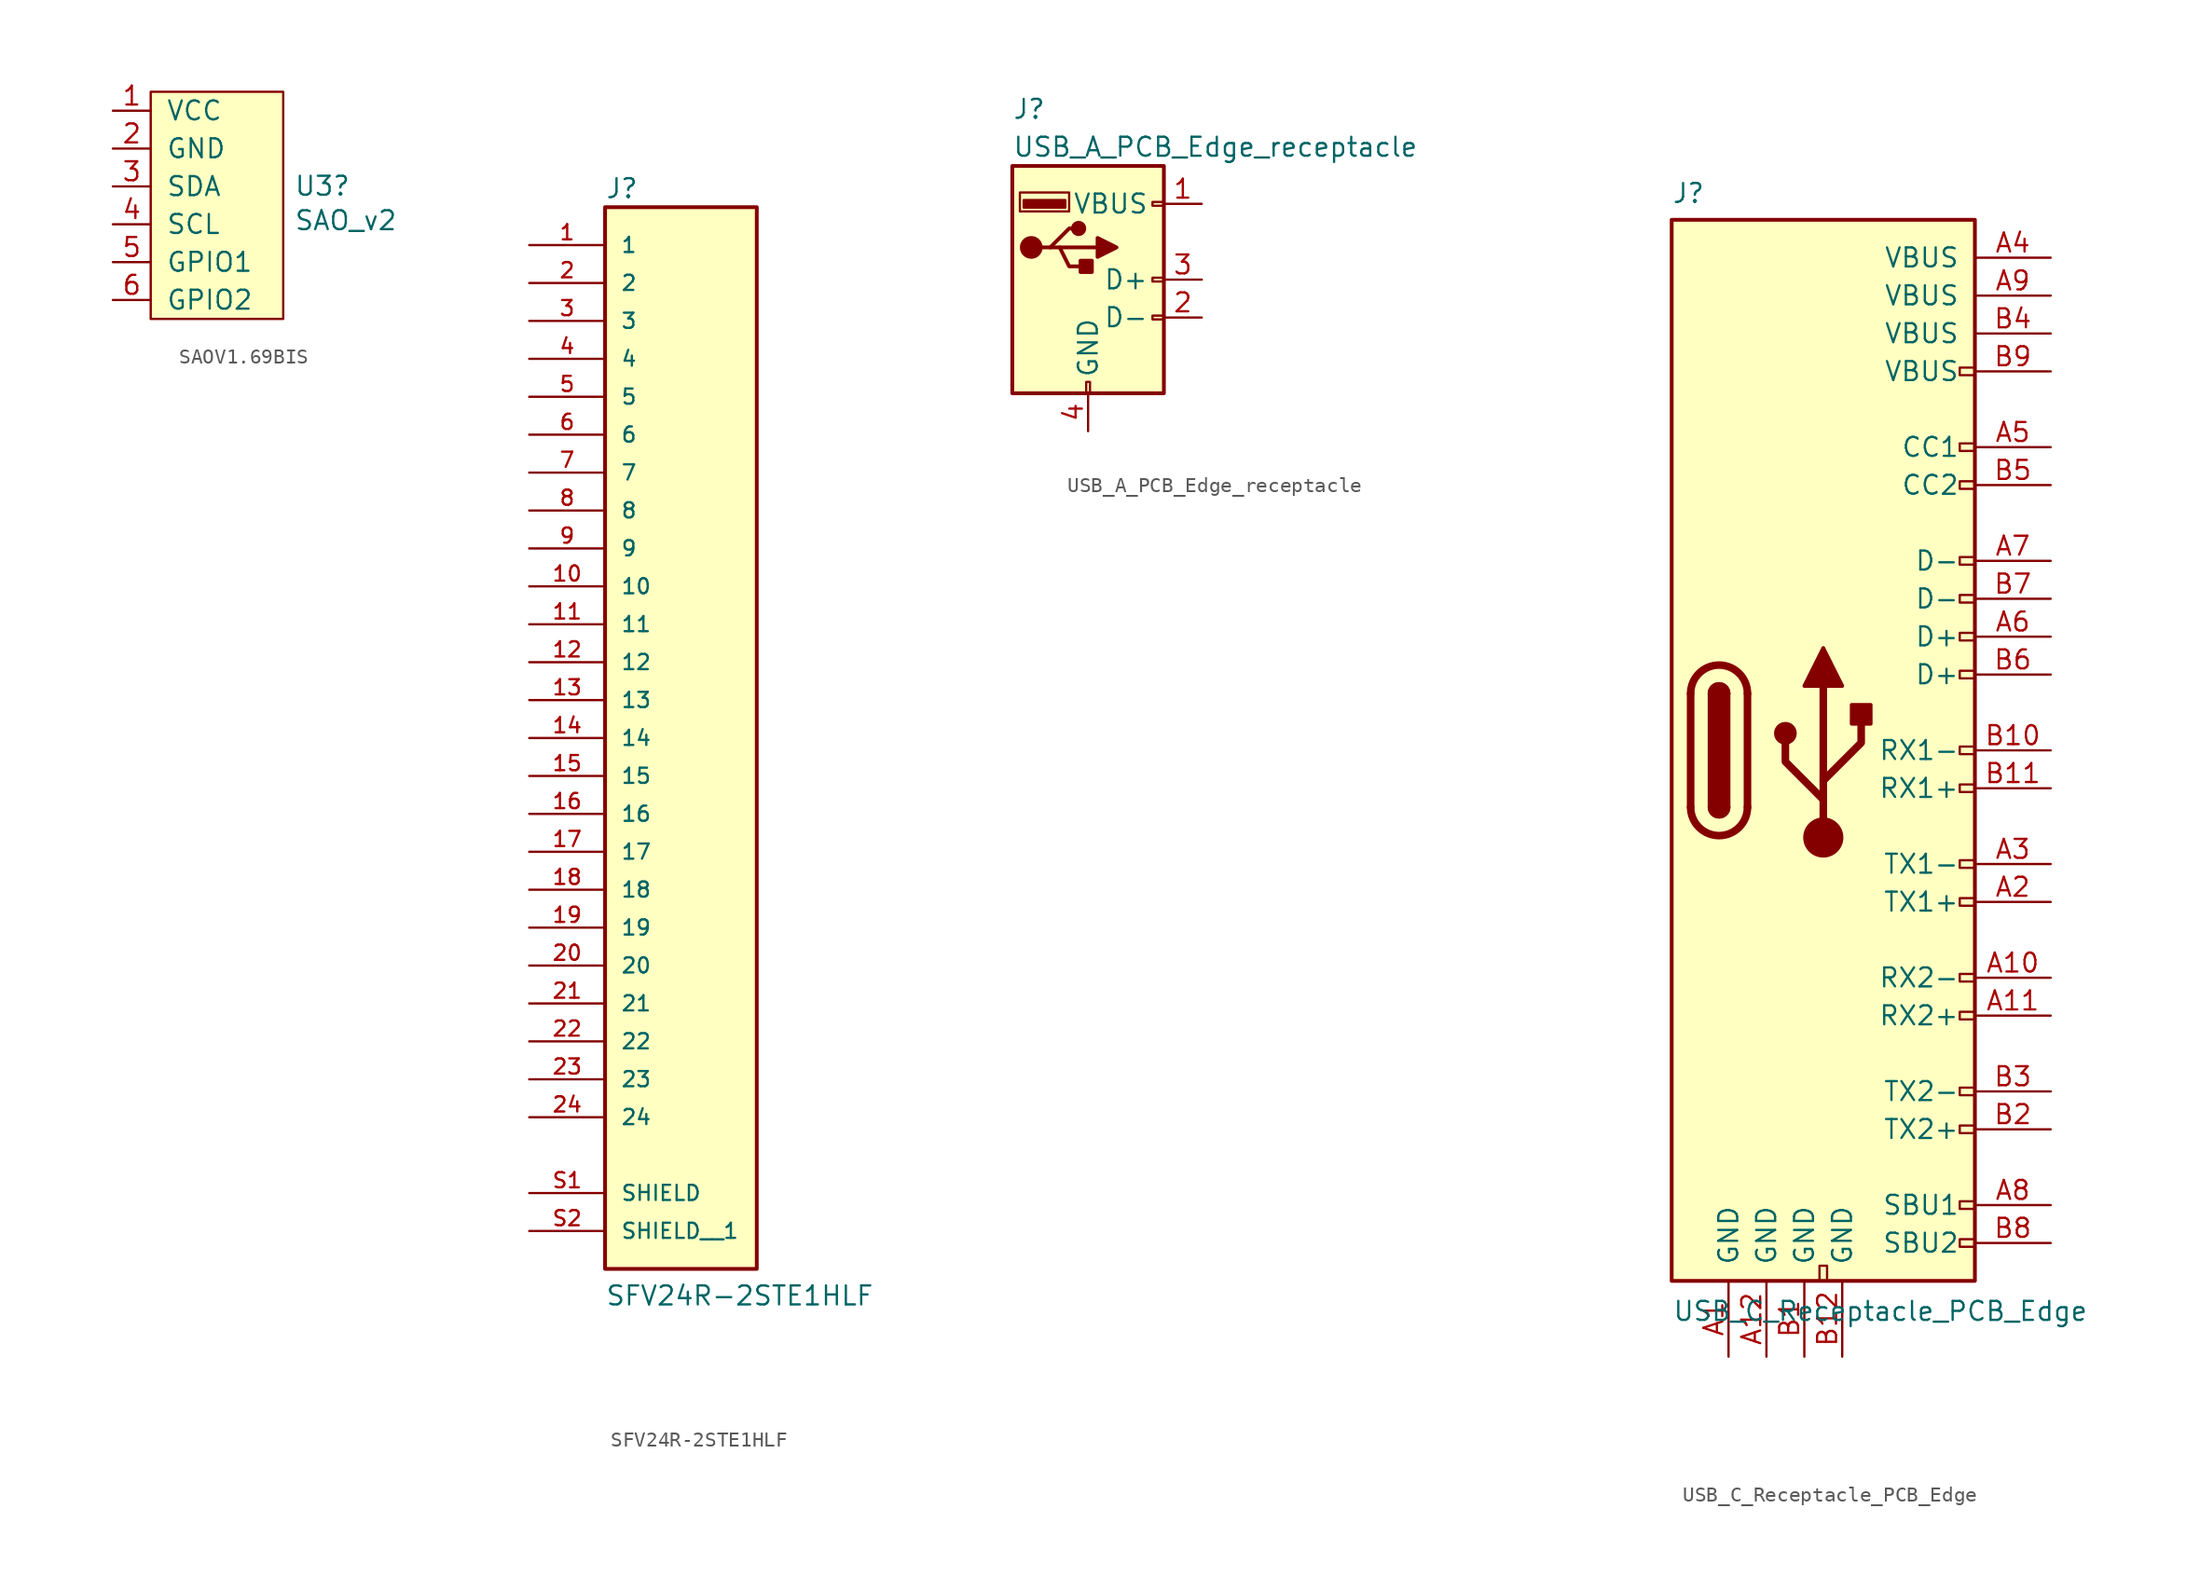
<source format=kicad_sym>
(kicad_symbol_lib
  (version 20241209)
  (generator "kicad_symbol_editor")
  (generator_version "9.0")
  (symbol "SAOV1.69BIS"
    (pin_names
      (offset 1.016))
    (property "Reference" "U3"
      (at 13.411 1.295 0)
      (effects (font (size 1.27 1.27)) (justify left)))
    (property "Value" "SAO_v2"
      (at 13.411 -1.016 0)
      (effects (font (size 1.27 1.27)) (justify left)))
    (property "Description" ""
      (at 0 0 0)
      (effects (font (size 1.27 1.27))))
    (symbol "SAOV1.69BIS_0_1"
      (rectangle (start 3.81 7.62) (end 12.7 -7.62) (stroke (width 0) (type default)) (fill (type background))))
    (symbol "SAOV1.69BIS_1_1"
      (pin input line (at 1.27 6.35 0) (length 2.54) (name "VCC" (effects (font (size 1.27 1.27)))) (number "1" (effects (font (size 1.27 1.27)))))
      (pin input line (at 1.27 3.81 0) (length 2.54) (name "GND" (effects (font (size 1.27 1.27)))) (number "2" (effects (font (size 1.27 1.27)))))
      (pin input line (at 1.27 1.27 0) (length 2.54) (name "SDA" (effects (font (size 1.27 1.27)))) (number "3" (effects (font (size 1.27 1.27)))))
      (pin input line (at 1.27 -1.27 0) (length 2.54) (name "SCL" (effects (font (size 1.27 1.27)))) (number "4" (effects (font (size 1.27 1.27)))))
      (pin input line (at 1.27 -3.81 0) (length 2.54) (name "GPIO1" (effects (font (size 1.27 1.27)))) (number "5" (effects (font (size 1.27 1.27)))))
      (pin input line (at 1.27 -6.35 0) (length 2.54) (name "GPIO2" (effects (font (size 1.27 1.27)))) (number "6" (effects (font (size 1.27 1.27)))))))
  (symbol "SFV24R-2STE1HLF"
    (pin_names
      (offset 1.016))
    (property "Reference" "J"
      (at -5.08 36.068 0)
      (effects (font (size 1.27 1.27)) (justify left bottom)))
    (property "Value" "SFV24R-2STE1HLF"
      (at -5.08 -38.1 0)
      (effects (font (size 1.27 1.27)) (justify left bottom)))
    (symbol "SFV24R-2STE1HLF_0_0"
      (rectangle (start -5.08 -35.56) (end 5.08 35.56) (stroke (width 0.254) (type default)) (fill (type background)))
      (pin passive line (at -10.16 33.02 0) (length 5.08) (name "1" (effects (font (size 1.016 1.016)))) (number "1" (effects (font (size 1.016 1.016)))))
      (pin passive line (at -10.16 30.48 0) (length 5.08) (name "2" (effects (font (size 1.016 1.016)))) (number "2" (effects (font (size 1.016 1.016)))))
      (pin passive line (at -10.16 27.94 0) (length 5.08) (name "3" (effects (font (size 1.016 1.016)))) (number "3" (effects (font (size 1.016 1.016)))))
      (pin passive line (at -10.16 25.4 0) (length 5.08) (name "4" (effects (font (size 1.016 1.016)))) (number "4" (effects (font (size 1.016 1.016)))))
      (pin passive line (at -10.16 22.86 0) (length 5.08) (name "5" (effects (font (size 1.016 1.016)))) (number "5" (effects (font (size 1.016 1.016)))))
      (pin passive line (at -10.16 20.32 0) (length 5.08) (name "6" (effects (font (size 1.016 1.016)))) (number "6" (effects (font (size 1.016 1.016)))))
      (pin passive line (at -10.16 17.78 0) (length 5.08) (name "7" (effects (font (size 1.016 1.016)))) (number "7" (effects (font (size 1.016 1.016)))))
      (pin passive line (at -10.16 15.24 0) (length 5.08) (name "8" (effects (font (size 1.016 1.016)))) (number "8" (effects (font (size 1.016 1.016)))))
      (pin passive line (at -10.16 12.7 0) (length 5.08) (name "9" (effects (font (size 1.016 1.016)))) (number "9" (effects (font (size 1.016 1.016)))))
      (pin passive line (at -10.16 10.16 0) (length 5.08) (name "10" (effects (font (size 1.016 1.016)))) (number "10" (effects (font (size 1.016 1.016)))))
      (pin passive line (at -10.16 7.62 0) (length 5.08) (name "11" (effects (font (size 1.016 1.016)))) (number "11" (effects (font (size 1.016 1.016)))))
      (pin passive line (at -10.16 5.08 0) (length 5.08) (name "12" (effects (font (size 1.016 1.016)))) (number "12" (effects (font (size 1.016 1.016)))))
      (pin passive line (at -10.16 2.54 0) (length 5.08) (name "13" (effects (font (size 1.016 1.016)))) (number "13" (effects (font (size 1.016 1.016)))))
      (pin passive line (at -10.16 0 0) (length 5.08) (name "14" (effects (font (size 1.016 1.016)))) (number "14" (effects (font (size 1.016 1.016)))))
      (pin passive line (at -10.16 -2.54 0) (length 5.08) (name "15" (effects (font (size 1.016 1.016)))) (number "15" (effects (font (size 1.016 1.016)))))
      (pin passive line (at -10.16 -5.08 0) (length 5.08) (name "16" (effects (font (size 1.016 1.016)))) (number "16" (effects (font (size 1.016 1.016)))))
      (pin passive line (at -10.16 -7.62 0) (length 5.08) (name "17" (effects (font (size 1.016 1.016)))) (number "17" (effects (font (size 1.016 1.016)))))
      (pin passive line (at -10.16 -10.16 0) (length 5.08) (name "18" (effects (font (size 1.016 1.016)))) (number "18" (effects (font (size 1.016 1.016)))))
      (pin passive line (at -10.16 -12.7 0) (length 5.08) (name "19" (effects (font (size 1.016 1.016)))) (number "19" (effects (font (size 1.016 1.016)))))
      (pin passive line (at -10.16 -15.24 0) (length 5.08) (name "20" (effects (font (size 1.016 1.016)))) (number "20" (effects (font (size 1.016 1.016)))))
      (pin passive line (at -10.16 -17.78 0) (length 5.08) (name "21" (effects (font (size 1.016 1.016)))) (number "21" (effects (font (size 1.016 1.016)))))
      (pin passive line (at -10.16 -20.32 0) (length 5.08) (name "22" (effects (font (size 1.016 1.016)))) (number "22" (effects (font (size 1.016 1.016)))))
      (pin passive line (at -10.16 -22.86 0) (length 5.08) (name "23" (effects (font (size 1.016 1.016)))) (number "23" (effects (font (size 1.016 1.016)))))
      (pin passive line (at -10.16 -25.4 0) (length 5.08) (name "24" (effects (font (size 1.016 1.016)))) (number "24" (effects (font (size 1.016 1.016)))))
      (pin passive line (at -10.16 -30.48 0) (length 5.08) (name "SHIELD" (effects (font (size 1.016 1.016)))) (number "S1" (effects (font (size 1.016 1.016)))))
      (pin passive line (at -10.16 -33.02 0) (length 5.08) (name "SHIELD__1" (effects (font (size 1.016 1.016)))) (number "S2" (effects (font (size 1.016 1.016)))))))
  (symbol "USB_A_PCB_Edge_receptacle"
    (pin_names
      (offset 1.016))
    (property "Reference" "J"
      (at -5.08 11.43 0)
      (effects (font (size 1.27 1.27)) (justify left)))
    (property "Value" "USB_A_PCB_Edge_receptacle"
      (at -5.08 8.89 0)
      (effects (font (size 1.27 1.27)) (justify left)))
    (symbol "USB_A_PCB_Edge_receptacle_0_1"
      (rectangle (start -5.08 -7.62) (end 5.08 7.62) (stroke (width 0.254) (type default)) (fill (type background)))
      (circle (center -3.81 2.159) (radius 0.635) (stroke (width 0.254) (type default)) (fill (type outline)))
      (polyline (pts (xy -3.175 2.159) (xy -2.54 2.159) (xy -1.27 3.429) (xy -0.635 3.429)) (stroke (width 0.254) (type default)) (fill (type none)))
      (polyline (pts (xy -2.54 2.159) (xy -1.905 2.159) (xy -1.27 0.889) (xy 0 0.889)) (stroke (width 0.254) (type default)) (fill (type none)))
      (rectangle (start -1.524 4.826) (end -4.318 5.334) (stroke (width 0) (type default)) (fill (type outline)))
      (rectangle (start -1.27 4.572) (end -4.572 5.842) (stroke (width 0) (type default)) (fill (type none)))
      (circle (center -0.635 3.429) (radius 0.381) (stroke (width 0.254) (type default)) (fill (type outline)))
      (rectangle (start -0.127 -7.62) (end 0.127 -6.858) (stroke (width 0) (type default)) (fill (type none)))
      (rectangle (start 0.254 1.27) (end -0.508 0.508) (stroke (width 0.254) (type default)) (fill (type outline)))
      (polyline (pts (xy 0.635 2.794) (xy 0.635 1.524) (xy 1.905 2.159) (xy 0.635 2.794)) (stroke (width 0.254) (type default)) (fill (type outline)))
      (rectangle (start 5.08 4.953) (end 4.318 5.207) (stroke (width 0) (type default)) (fill (type none)))
      (rectangle (start 5.08 -0.127) (end 4.318 0.127) (stroke (width 0) (type default)) (fill (type none)))
      (rectangle (start 5.08 -2.667) (end 4.318 -2.413) (stroke (width 0) (type default)) (fill (type none))))
    (symbol "USB_A_PCB_Edge_receptacle_1_1"
      (polyline (pts (xy -1.905 2.159) (xy 0.635 2.159)) (stroke (width 0.254) (type default)) (fill (type none)))
      (pin passive line (at -2.54 -10.16 90) (length 2.54) (hide yes) (name "Shield" (effects (font (size 1.27 1.27)))) (number "5" (effects (font (size 1.27 1.27)))))
      (pin power_in line (at 0 -10.16 90) (length 2.54) (name "GND" (effects (font (size 1.27 1.27)))) (number "4" (effects (font (size 1.27 1.27)))))
      (pin power_in line (at 7.62 5.08 180) (length 2.54) (name "VBUS" (effects (font (size 1.27 1.27)))) (number "1" (effects (font (size 1.27 1.27)))))
      (pin bidirectional line (at 7.62 0 180) (length 2.54) (name "D+" (effects (font (size 1.27 1.27)))) (number "3" (effects (font (size 1.27 1.27)))))
      (pin bidirectional line (at 7.62 -2.54 180) (length 2.54) (name "D-" (effects (font (size 1.27 1.27)))) (number "2" (effects (font (size 1.27 1.27)))))))
  (symbol "USB_C_Receptacle_PCB_Edge"
    (pin_names
      (offset 1.016))
    (property "Reference" "J"
      (at -10.16 37.338 0)
      (effects (font (size 1.27 1.27)) (justify left)))
    (property "Value" "USB_C_Receptacle_PCB_Edge"
      (at 17.78 -37.592 0)
      (effects (font (size 1.27 1.27)) (justify right)))
    (symbol "USB_C_Receptacle_PCB_Edge_0_0"
      (rectangle (start -0.254 -35.56) (end 0.254 -34.544) (stroke (width 0) (type default)) (fill (type none)))
      (rectangle (start 10.16 25.654) (end 9.144 25.146) (stroke (width 0) (type default)) (fill (type none)))
      (rectangle (start 10.16 20.574) (end 9.144 20.066) (stroke (width 0) (type default)) (fill (type none)))
      (rectangle (start 10.16 18.034) (end 9.144 17.526) (stroke (width 0) (type default)) (fill (type none)))
      (rectangle (start 10.16 12.954) (end 9.144 12.446) (stroke (width 0) (type default)) (fill (type none)))
      (rectangle (start 10.16 10.414) (end 9.144 9.906) (stroke (width 0) (type default)) (fill (type none)))
      (rectangle (start 10.16 7.874) (end 9.144 7.366) (stroke (width 0) (type default)) (fill (type none)))
      (rectangle (start 10.16 5.334) (end 9.144 4.826) (stroke (width 0) (type default)) (fill (type none)))
      (rectangle (start 10.16 0.254) (end 9.144 -0.254) (stroke (width 0) (type default)) (fill (type none)))
      (rectangle (start 10.16 -2.286) (end 9.144 -2.794) (stroke (width 0) (type default)) (fill (type none)))
      (rectangle (start 10.16 -7.366) (end 9.144 -7.874) (stroke (width 0) (type default)) (fill (type none)))
      (rectangle (start 10.16 -9.906) (end 9.144 -10.414) (stroke (width 0) (type default)) (fill (type none)))
      (rectangle (start 10.16 -14.986) (end 9.144 -15.494) (stroke (width 0) (type default)) (fill (type none)))
      (rectangle (start 10.16 -17.526) (end 9.144 -18.034) (stroke (width 0) (type default)) (fill (type none)))
      (rectangle (start 10.16 -22.606) (end 9.144 -23.114) (stroke (width 0) (type default)) (fill (type none)))
      (rectangle (start 10.16 -25.146) (end 9.144 -25.654) (stroke (width 0) (type default)) (fill (type none)))
      (rectangle (start 10.16 -30.226) (end 9.144 -30.734) (stroke (width 0) (type default)) (fill (type none)))
      (rectangle (start 10.16 -32.766) (end 9.144 -33.274) (stroke (width 0) (type default)) (fill (type none))))
    (symbol "USB_C_Receptacle_PCB_Edge_0_1"
      (rectangle (start -10.16 35.56) (end 10.16 -35.56) (stroke (width 0.254) (type default)) (fill (type background)))
      (polyline (pts (xy -8.89 -3.81) (xy -8.89 3.81)) (stroke (width 0.508) (type default)) (fill (type none)))
      (rectangle (start -7.62 -3.81) (end -6.35 3.81) (stroke (width 0.254) (type default)) (fill (type outline)))
      (arc (start -7.62 3.81) (mid -6.985 4.4423) (end -6.35 3.81) (stroke (width 0.254) (type default)) (fill (type none)))
      (arc (start -7.62 3.81) (mid -6.985 4.4423) (end -6.35 3.81) (stroke (width 0.254) (type default)) (fill (type outline)))
      (arc (start -8.89 3.81) (mid -6.985 5.7067) (end -5.08 3.81) (stroke (width 0.508) (type default)) (fill (type none)))
      (arc (start -5.08 -3.81) (mid -6.985 -5.7067) (end -8.89 -3.81) (stroke (width 0.508) (type default)) (fill (type none)))
      (arc (start -6.35 -3.81) (mid -6.985 -4.4423) (end -7.62 -3.81) (stroke (width 0.254) (type default)) (fill (type none)))
      (arc (start -6.35 -3.81) (mid -6.985 -4.4423) (end -7.62 -3.81) (stroke (width 0.254) (type default)) (fill (type outline)))
      (polyline (pts (xy -5.08 3.81) (xy -5.08 -3.81)) (stroke (width 0.508) (type default)) (fill (type none))))
    (symbol "USB_C_Receptacle_PCB_Edge_1_1"
      (circle (center -2.54 1.143) (radius 0.635) (stroke (width 0.254) (type default)) (fill (type outline)))
      (polyline (pts (xy -1.27 4.318) (xy 0 6.858) (xy 1.27 4.318) (xy -1.27 4.318)) (stroke (width 0.254) (type default)) (fill (type outline)))
      (polyline (pts (xy 0 -2.032) (xy 2.54 0.508) (xy 2.54 1.778)) (stroke (width 0.508) (type default)) (fill (type none)))
      (polyline (pts (xy 0 -3.302) (xy -2.54 -0.762) (xy -2.54 0.508)) (stroke (width 0.508) (type default)) (fill (type none)))
      (polyline (pts (xy 0 -5.842) (xy 0 4.318)) (stroke (width 0.508) (type default)) (fill (type none)))
      (circle (center 0 -5.842) (radius 1.27) (stroke (width 0) (type default)) (fill (type outline)))
      (rectangle (start 1.905 1.778) (end 3.175 3.048) (stroke (width 0.254) (type default)) (fill (type outline)))
      (pin passive line (at -16.51 -38.1 90) (length 5.08) (hide yes) (name "SHIELD" (effects (font (size 1.27 1.27)))) (number "S1" (effects (font (size 1.27 1.27)))))
      (pin passive line (at -6.35 -40.64 90) (length 5.08) (name "GND" (effects (font (size 1.27 1.27)))) (number "A1" (effects (font (size 1.27 1.27)))))
      (pin passive line (at -3.81 -40.64 90) (length 5.08) (name "GND" (effects (font (size 1.27 1.27)))) (number "A12" (effects (font (size 1.27 1.27)))))
      (pin passive line (at -1.27 -40.64 90) (length 5.08) (name "GND" (effects (font (size 1.27 1.27)))) (number "B1" (effects (font (size 1.27 1.27)))))
      (pin passive line (at 1.27 -40.64 90) (length 5.08) (name "GND" (effects (font (size 1.27 1.27)))) (number "B12" (effects (font (size 1.27 1.27)))))
      (pin passive line (at 15.24 33.02 180) (length 5.08) (name "VBUS" (effects (font (size 1.27 1.27)))) (number "A4" (effects (font (size 1.27 1.27)))))
      (pin passive line (at 15.24 30.48 180) (length 5.08) (name "VBUS" (effects (font (size 1.27 1.27)))) (number "A9" (effects (font (size 1.27 1.27)))))
      (pin passive line (at 15.24 27.94 180) (length 5.08) (name "VBUS" (effects (font (size 1.27 1.27)))) (number "B4" (effects (font (size 1.27 1.27)))))
      (pin passive line (at 15.24 25.4 180) (length 5.08) (name "VBUS" (effects (font (size 1.27 1.27)))) (number "B9" (effects (font (size 1.27 1.27)))))
      (pin bidirectional line (at 15.24 20.32 180) (length 5.08) (name "CC1" (effects (font (size 1.27 1.27)))) (number "A5" (effects (font (size 1.27 1.27)))))
      (pin bidirectional line (at 15.24 17.78 180) (length 5.08) (name "CC2" (effects (font (size 1.27 1.27)))) (number "B5" (effects (font (size 1.27 1.27)))))
      (pin bidirectional line (at 15.24 12.7 180) (length 5.08) (name "D-" (effects (font (size 1.27 1.27)))) (number "A7" (effects (font (size 1.27 1.27)))))
      (pin bidirectional line (at 15.24 10.16 180) (length 5.08) (name "D-" (effects (font (size 1.27 1.27)))) (number "B7" (effects (font (size 1.27 1.27)))))
      (pin bidirectional line (at 15.24 7.62 180) (length 5.08) (name "D+" (effects (font (size 1.27 1.27)))) (number "A6" (effects (font (size 1.27 1.27)))))
      (pin bidirectional line (at 15.24 5.08 180) (length 5.08) (name "D+" (effects (font (size 1.27 1.27)))) (number "B6" (effects (font (size 1.27 1.27)))))
      (pin bidirectional line (at 15.24 0 180) (length 5.08) (name "RX1-" (effects (font (size 1.27 1.27)))) (number "B10" (effects (font (size 1.27 1.27)))))
      (pin bidirectional line (at 15.24 -2.54 180) (length 5.08) (name "RX1+" (effects (font (size 1.27 1.27)))) (number "B11" (effects (font (size 1.27 1.27)))))
      (pin bidirectional line (at 15.24 -7.62 180) (length 5.08) (name "TX1-" (effects (font (size 1.27 1.27)))) (number "A3" (effects (font (size 1.27 1.27)))))
      (pin bidirectional line (at 15.24 -10.16 180) (length 5.08) (name "TX1+" (effects (font (size 1.27 1.27)))) (number "A2" (effects (font (size 1.27 1.27)))))
      (pin bidirectional line (at 15.24 -15.24 180) (length 5.08) (name "RX2-" (effects (font (size 1.27 1.27)))) (number "A10" (effects (font (size 1.27 1.27)))))
      (pin bidirectional line (at 15.24 -17.78 180) (length 5.08) (name "RX2+" (effects (font (size 1.27 1.27)))) (number "A11" (effects (font (size 1.27 1.27)))))
      (pin bidirectional line (at 15.24 -22.86 180) (length 5.08) (name "TX2-" (effects (font (size 1.27 1.27)))) (number "B3" (effects (font (size 1.27 1.27)))))
      (pin bidirectional line (at 15.24 -25.4 180) (length 5.08) (name "TX2+" (effects (font (size 1.27 1.27)))) (number "B2" (effects (font (size 1.27 1.27)))))
      (pin bidirectional line (at 15.24 -30.48 180) (length 5.08) (name "SBU1" (effects (font (size 1.27 1.27)))) (number "A8" (effects (font (size 1.27 1.27)))))
      (pin bidirectional line (at 15.24 -33.02 180) (length 5.08) (name "SBU2" (effects (font (size 1.27 1.27)))) (number "B8" (effects (font (size 1.27 1.27))))))))
</source>
